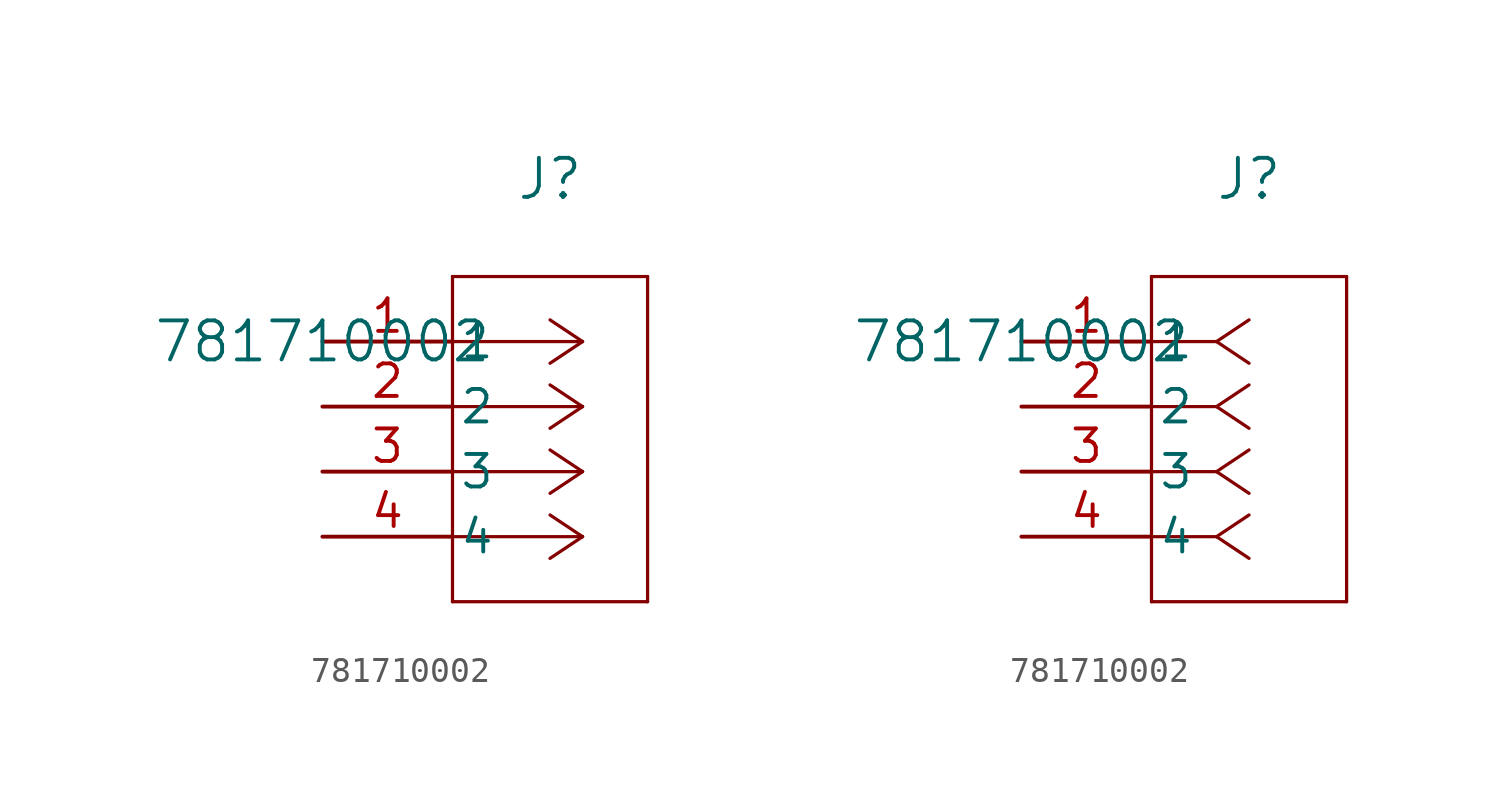
<source format=kicad_sym>
(kicad_symbol_lib
  (version 20211014)
  (generator kicad_symbol_editor)
  (symbol "781710002"
    (pin_names
      (offset 0.254))
    (property "Reference" "J"
      (at 8.89 6.35 0)
      (effects (font (size 1.524 1.524))))
    (property "Value" "781710002"
      (at 0 0 0)
      (effects (font (size 1.524 1.524))))
    (symbol "781710002_1_1"
      (polyline (pts (xy 10.16 0) (xy 5.08 0)) (stroke (width 0.127) (type default) (color 0 0 0 0)) (fill (type none)))
      (polyline (pts (xy 10.16 -2.54) (xy 5.08 -2.54)) (stroke (width 0.127) (type default) (color 0 0 0 0)) (fill (type none)))
      (polyline (pts (xy 10.16 -5.08) (xy 5.08 -5.08)) (stroke (width 0.127) (type default) (color 0 0 0 0)) (fill (type none)))
      (polyline (pts (xy 10.16 -7.62) (xy 5.08 -7.62)) (stroke (width 0.127) (type default) (color 0 0 0 0)) (fill (type none)))
      (polyline (pts (xy 10.16 0) (xy 8.89 0.847)) (stroke (width 0.127) (type default) (color 0 0 0 0)) (fill (type none)))
      (polyline (pts (xy 10.16 -2.54) (xy 8.89 -1.693)) (stroke (width 0.127) (type default) (color 0 0 0 0)) (fill (type none)))
      (polyline (pts (xy 10.16 -5.08) (xy 8.89 -4.233)) (stroke (width 0.127) (type default) (color 0 0 0 0)) (fill (type none)))
      (polyline (pts (xy 10.16 -7.62) (xy 8.89 -6.773)) (stroke (width 0.127) (type default) (color 0 0 0 0)) (fill (type none)))
      (polyline (pts (xy 10.16 0) (xy 8.89 -0.847)) (stroke (width 0.127) (type default) (color 0 0 0 0)) (fill (type none)))
      (polyline (pts (xy 10.16 -2.54) (xy 8.89 -3.387)) (stroke (width 0.127) (type default) (color 0 0 0 0)) (fill (type none)))
      (polyline (pts (xy 10.16 -5.08) (xy 8.89 -5.927)) (stroke (width 0.127) (type default) (color 0 0 0 0)) (fill (type none)))
      (polyline (pts (xy 10.16 -7.62) (xy 8.89 -8.467)) (stroke (width 0.127) (type default) (color 0 0 0 0)) (fill (type none)))
      (polyline (pts (xy 5.08 2.54) (xy 5.08 -10.16)) (stroke (width 0.127) (type default) (color 0 0 0 0)) (fill (type none)))
      (polyline (pts (xy 5.08 -10.16) (xy 12.7 -10.16)) (stroke (width 0.127) (type default) (color 0 0 0 0)) (fill (type none)))
      (polyline (pts (xy 12.7 -10.16) (xy 12.7 2.54)) (stroke (width 0.127) (type default) (color 0 0 0 0)) (fill (type none)))
      (polyline (pts (xy 12.7 2.54) (xy 5.08 2.54)) (stroke (width 0.127) (type default) (color 0 0 0 0)) (fill (type none)))
      (pin unspecified line (at 0 0 0) (length 5.08) (name "1" (effects (font (size 1.27 1.27)))) (number "1" (effects (font (size 1.27 1.27)))))
      (pin unspecified line (at 0 -2.54 0) (length 5.08) (name "2" (effects (font (size 1.27 1.27)))) (number "2" (effects (font (size 1.27 1.27)))))
      (pin unspecified line (at 0 -5.08 0) (length 5.08) (name "3" (effects (font (size 1.27 1.27)))) (number "3" (effects (font (size 1.27 1.27)))))
      (pin unspecified line (at 0 -7.62 0) (length 5.08) (name "4" (effects (font (size 1.27 1.27)))) (number "4" (effects (font (size 1.27 1.27))))))
    (symbol "781710002_1_2"
      (polyline (pts (xy 7.62 0) (xy 5.08 0)) (stroke (width 0.127) (type default) (color 0 0 0 0)) (fill (type none)))
      (polyline (pts (xy 7.62 -2.54) (xy 5.08 -2.54)) (stroke (width 0.127) (type default) (color 0 0 0 0)) (fill (type none)))
      (polyline (pts (xy 7.62 -5.08) (xy 5.08 -5.08)) (stroke (width 0.127) (type default) (color 0 0 0 0)) (fill (type none)))
      (polyline (pts (xy 7.62 -7.62) (xy 5.08 -7.62)) (stroke (width 0.127) (type default) (color 0 0 0 0)) (fill (type none)))
      (polyline (pts (xy 7.62 0) (xy 8.89 0.847)) (stroke (width 0.127) (type default) (color 0 0 0 0)) (fill (type none)))
      (polyline (pts (xy 7.62 -2.54) (xy 8.89 -1.693)) (stroke (width 0.127) (type default) (color 0 0 0 0)) (fill (type none)))
      (polyline (pts (xy 7.62 -5.08) (xy 8.89 -4.233)) (stroke (width 0.127) (type default) (color 0 0 0 0)) (fill (type none)))
      (polyline (pts (xy 7.62 -7.62) (xy 8.89 -6.773)) (stroke (width 0.127) (type default) (color 0 0 0 0)) (fill (type none)))
      (polyline (pts (xy 7.62 0) (xy 8.89 -0.847)) (stroke (width 0.127) (type default) (color 0 0 0 0)) (fill (type none)))
      (polyline (pts (xy 7.62 -2.54) (xy 8.89 -3.387)) (stroke (width 0.127) (type default) (color 0 0 0 0)) (fill (type none)))
      (polyline (pts (xy 7.62 -5.08) (xy 8.89 -5.927)) (stroke (width 0.127) (type default) (color 0 0 0 0)) (fill (type none)))
      (polyline (pts (xy 7.62 -7.62) (xy 8.89 -8.467)) (stroke (width 0.127) (type default) (color 0 0 0 0)) (fill (type none)))
      (polyline (pts (xy 5.08 2.54) (xy 5.08 -10.16)) (stroke (width 0.127) (type default) (color 0 0 0 0)) (fill (type none)))
      (polyline (pts (xy 5.08 -10.16) (xy 12.7 -10.16)) (stroke (width 0.127) (type default) (color 0 0 0 0)) (fill (type none)))
      (polyline (pts (xy 12.7 -10.16) (xy 12.7 2.54)) (stroke (width 0.127) (type default) (color 0 0 0 0)) (fill (type none)))
      (polyline (pts (xy 12.7 2.54) (xy 5.08 2.54)) (stroke (width 0.127) (type default) (color 0 0 0 0)) (fill (type none)))
      (pin unspecified line (at 0 0 0) (length 5.08) (name "1" (effects (font (size 1.27 1.27)))) (number "1" (effects (font (size 1.27 1.27)))))
      (pin unspecified line (at 0 -2.54 0) (length 5.08) (name "2" (effects (font (size 1.27 1.27)))) (number "2" (effects (font (size 1.27 1.27)))))
      (pin unspecified line (at 0 -5.08 0) (length 5.08) (name "3" (effects (font (size 1.27 1.27)))) (number "3" (effects (font (size 1.27 1.27)))))
      (pin unspecified line (at 0 -7.62 0) (length 5.08) (name "4" (effects (font (size 1.27 1.27)))) (number "4" (effects (font (size 1.27 1.27))))))))
</source>
